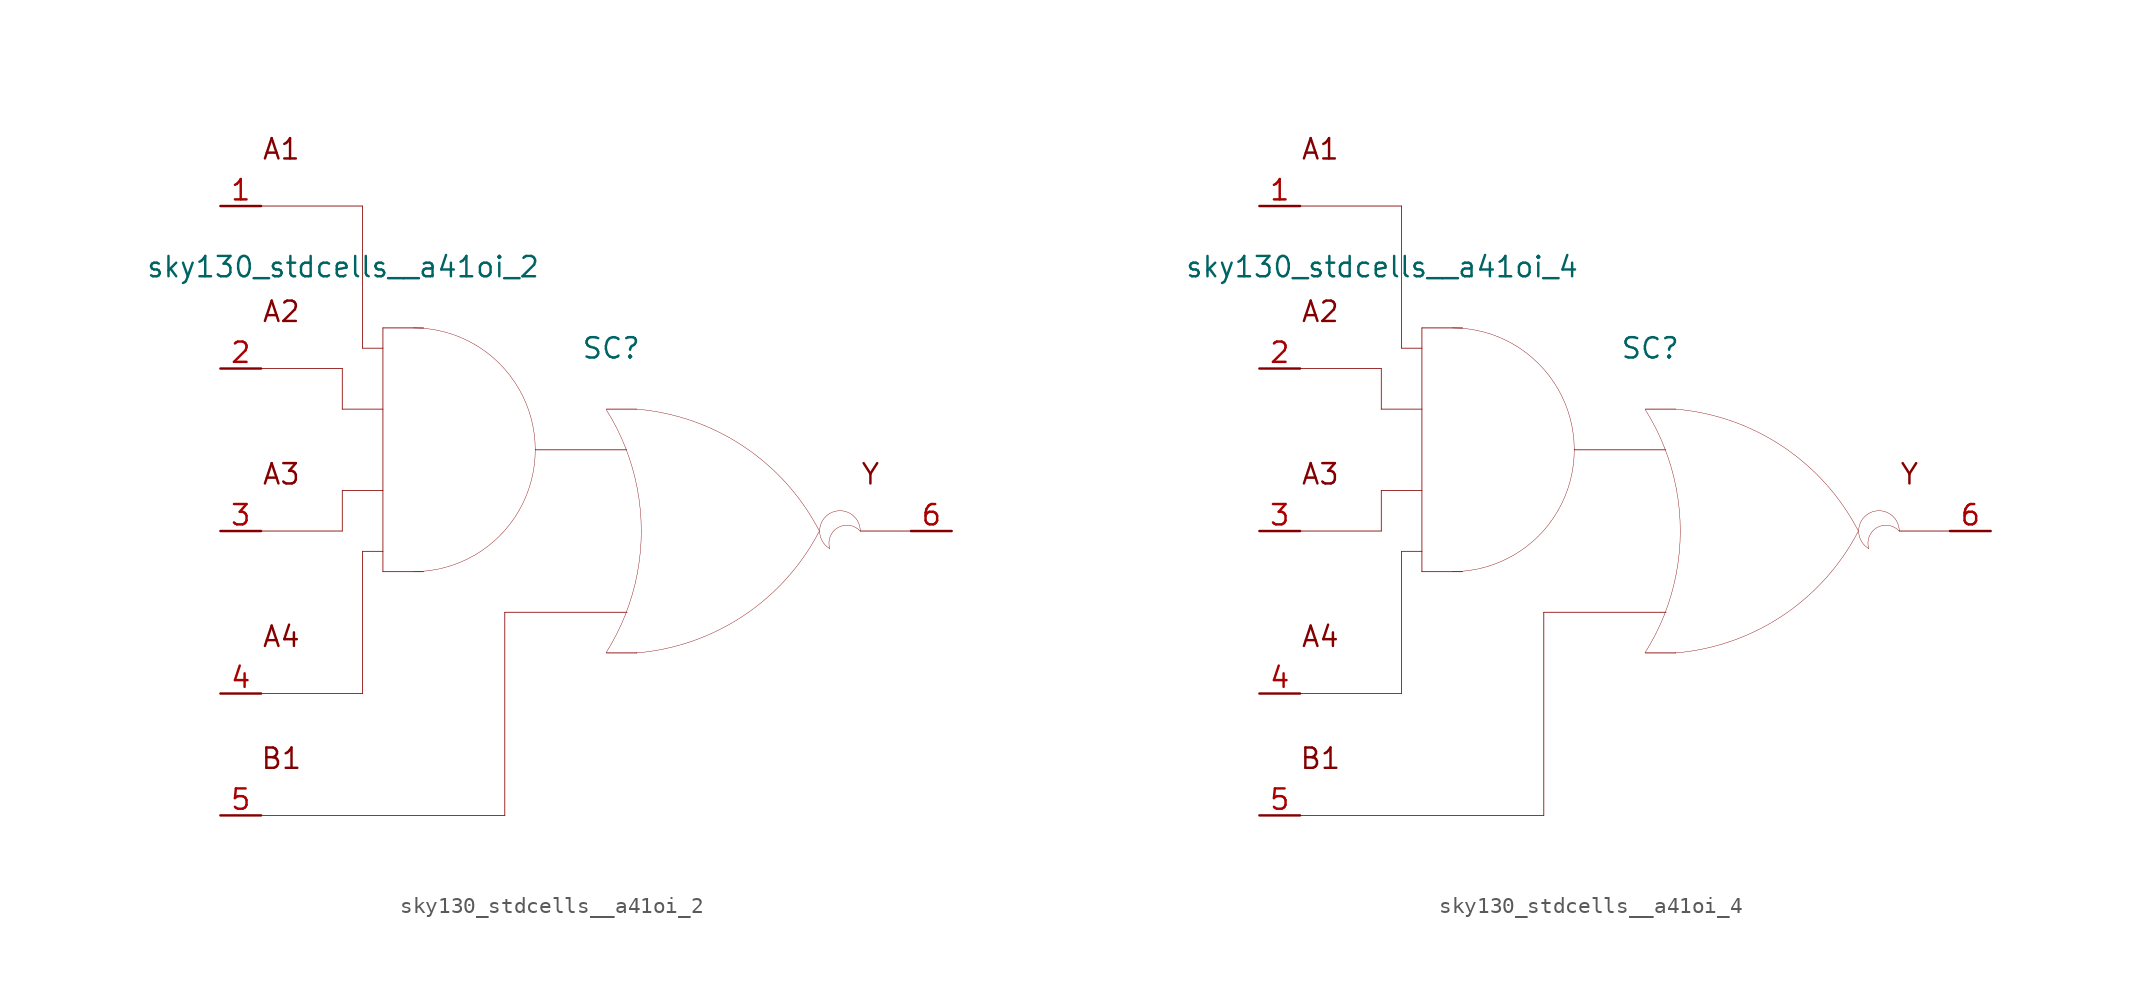
<source format=kicad_sym>
(kicad_symbol_lib
  (version 20211014)
  (generator kicad_symbol_editor)
  (symbol "sky130_stdcells__a41oi_2"
    (pin_names hide)
    (property "Reference" "SC"
      (at 1.575 11.43 0)
      (effects (font (size 1.27 1.27))))
    (property "Value" "sky130_stdcells__a41oi_2"
      (at -2.845 16.51 0)
      (effects (font (size 1.27 1.27)) (justify right)))
    (symbol "sky130_stdcells__a41oi_2_0_0"
      (arc (start -10.795 -2.54) (mid -8.8228 -2.2804) (end -6.985 -1.5191) (stroke (width 0.0254) (type default) (color 0 0 0 0)) (fill (type none)))
      (arc (start -6.985 -1.5191) (mid -5.4069 -0.3081) (end -4.1959 1.27) (stroke (width 0.0254) (type default) (color 0 0 0 0)) (fill (type none)))
      (arc (start -6.985 11.6791) (mid -8.8228 12.4403) (end -10.795 12.7) (stroke (width 0.0254) (type default) (color 0 0 0 0)) (fill (type none)))
      (arc (start -4.1959 1.27) (mid -3.4347 3.1078) (end -3.175 5.08) (stroke (width 0.0254) (type default) (color 0 0 0 0)) (fill (type none)))
      (arc (start -4.1959 8.89) (mid -5.4069 10.4681) (end -6.985 11.6791) (stroke (width 0.0254) (type default) (color 0 0 0 0)) (fill (type none)))
      (arc (start -3.175 5.08) (mid -3.4346 7.0522) (end -4.1959 8.89) (stroke (width 0.0254) (type default) (color 0 0 0 0)) (fill (type none)))
      (polyline (pts (xy -20.32 -17.78) (xy -5.08 -17.78)) (stroke (width 0.051) (type default) (color 0 0 0 0)) (fill (type none)))
      (polyline (pts (xy -20.32 -10.16) (xy -13.97 -10.16)) (stroke (width 0.051) (type default) (color 0 0 0 0)) (fill (type none)))
      (polyline (pts (xy -20.32 0) (xy -15.24 0)) (stroke (width 0.051) (type default) (color 0 0 0 0)) (fill (type none)))
      (polyline (pts (xy -20.32 10.16) (xy -15.24 10.16)) (stroke (width 0.051) (type default) (color 0 0 0 0)) (fill (type none)))
      (polyline (pts (xy -20.32 20.32) (xy -13.97 20.32)) (stroke (width 0.051) (type default) (color 0 0 0 0)) (fill (type none)))
      (polyline (pts (xy -15.24 2.54) (xy -15.24 0)) (stroke (width 0.051) (type default) (color 0 0 0 0)) (fill (type none)))
      (polyline (pts (xy -15.24 2.54) (xy -12.7 2.54)) (stroke (width 0.051) (type default) (color 0 0 0 0)) (fill (type none)))
      (polyline (pts (xy -15.24 7.62) (xy -12.7 7.62)) (stroke (width 0.051) (type default) (color 0 0 0 0)) (fill (type none)))
      (polyline (pts (xy -15.24 10.16) (xy -15.24 7.62)) (stroke (width 0.051) (type default) (color 0 0 0 0)) (fill (type none)))
      (polyline (pts (xy -13.97 -1.27) (xy -13.97 -10.16)) (stroke (width 0.051) (type default) (color 0 0 0 0)) (fill (type none)))
      (polyline (pts (xy -13.97 -1.27) (xy -12.7 -1.27)) (stroke (width 0.051) (type default) (color 0 0 0 0)) (fill (type none)))
      (polyline (pts (xy -13.97 11.43) (xy -12.7 11.43)) (stroke (width 0.051) (type default) (color 0 0 0 0)) (fill (type none)))
      (polyline (pts (xy -13.97 20.32) (xy -13.97 11.43)) (stroke (width 0.051) (type default) (color 0 0 0 0)) (fill (type none)))
      (polyline (pts (xy -12.7 -2.54) (xy -10.16 -2.54)) (stroke (width 0.051) (type default) (color 0 0 0 0)) (fill (type none)))
      (polyline (pts (xy -12.7 12.7) (xy -12.7 -2.54)) (stroke (width 0.051) (type default) (color 0 0 0 0)) (fill (type none)))
      (polyline (pts (xy -12.7 12.7) (xy -10.16 12.7)) (stroke (width 0.051) (type default) (color 0 0 0 0)) (fill (type none)))
      (polyline (pts (xy -5.08 -5.08) (xy -5.08 -17.78)) (stroke (width 0.051) (type default) (color 0 0 0 0)) (fill (type none)))
      (polyline (pts (xy -5.08 -5.08) (xy 2.565 -5.08)) (stroke (width 0.051) (type default) (color 0 0 0 0)) (fill (type none)))
      (polyline (pts (xy -3.175 5.08) (xy 2.54 5.08)) (stroke (width 0.051) (type default) (color 0 0 0 0)) (fill (type none)))
      (polyline (pts (xy 1.27 -7.62) (xy 3.175 -7.62)) (stroke (width 0.051) (type default) (color 0 0 0 0)) (fill (type none)))
      (polyline (pts (xy 1.27 7.62) (xy 3.175 7.62)) (stroke (width 0.051) (type default) (color 0 0 0 0)) (fill (type none)))
      (polyline (pts (xy 17.145 0) (xy 20.32 0)) (stroke (width 0.051) (type default) (color 0 0 0 0)) (fill (type none)))
      (arc (start 1.2495 -7.6142) (mid 1.907 -6.458) (end 2.4538 -5.2456) (stroke (width 0.0254) (type default) (color 0 0 0 0)) (fill (type none)))
      (arc (start 2.4538 -5.2456) (mid 2.8887 -3.9755) (end 3.202 -2.6701) (stroke (width 0.0254) (type default) (color 0 0 0 0)) (fill (type none)))
      (arc (start 2.472 5.1993) (mid 1.9238 6.4248) (end 1.2627 7.5932) (stroke (width 0.0254) (type default) (color 0 0 0 0)) (fill (type none)))
      (arc (start 3.1446 -7.6231) (mid 9.8386 -5.2986) (end 14.5755 -0.0284) (stroke (width 0.0254) (type default) (color 0 0 0 0)) (fill (type none)))
      (arc (start 3.202 -2.6701) (mid 3.3912 -1.341) (end 3.4544 0) (stroke (width 0.0254) (type default) (color 0 0 0 0)) (fill (type none)))
      (arc (start 3.2066 2.6456) (mid 2.8989 3.9396) (end 2.472 5.1993) (stroke (width 0.0254) (type default) (color 0 0 0 0)) (fill (type none)))
      (arc (start 3.4544 0) (mid 3.3923 1.3286) (end 3.2066 2.6456) (stroke (width 0.0254) (type default) (color 0 0 0 0)) (fill (type none)))
      (arc (start 14.5983 -0.0156) (mid 9.8798 5.271) (end 3.194 7.6189) (stroke (width 0.0254) (type default) (color 0 0 0 0)) (fill (type none)))
      (arc (start 15.24 1.0999) (mid 14.605 0) (end 15.24 -1.0999) (stroke (width 0.0254) (type default) (color 0 0 0 0)) (fill (type none)))
      (arc (start 17.145 0) (mid 15.2881 0.4743) (end 15.24 -1.0999) (stroke (width 0.0254) (type default) (color 0 0 0 0)) (fill (type none)))
      (arc (start 17.145 0) (mid 16.51 1.0998) (end 15.24 1.0999) (stroke (width 0.0254) (type default) (color 0 0 0 0)) (fill (type none)))
      (text "A1" (at -19.05 23.876 0) (effects (font (size 1.27 1.27))))
      (text "A2" (at -19.05 13.716 0) (effects (font (size 1.27 1.27))))
      (text "A3" (at -19.05 3.556 0) (effects (font (size 1.27 1.27))))
      (text "A4" (at -19.05 -6.604 0) (effects (font (size 1.27 1.27))))
      (text "B1" (at -19.05 -14.224 0) (effects (font (size 1.27 1.27))))
      (text "Y" (at 17.78 3.556 0) (effects (font (size 1.27 1.27)))))
    (symbol "sky130_stdcells__a41oi_2_1_1"
      (pin input line (at -22.86 20.32 0) (length 2.54) (name "A1" (effects (font (size 1.092 1.092)))) (number "1" (effects (font (size 1.27 1.27)))))
      (pin input line (at -22.86 10.16 0) (length 2.54) (name "A2" (effects (font (size 1.092 1.092)))) (number "2" (effects (font (size 1.27 1.27)))))
      (pin input line (at -22.86 0 0) (length 2.54) (name "A3" (effects (font (size 1.092 1.092)))) (number "3" (effects (font (size 1.27 1.27)))))
      (pin input line (at -22.86 -10.16 0) (length 2.54) (name "A4" (effects (font (size 1.092 1.092)))) (number "4" (effects (font (size 1.27 1.27)))))
      (pin input line (at -22.86 -17.78 0) (length 2.54) (name "B1" (effects (font (size 1.092 1.092)))) (number "5" (effects (font (size 1.27 1.27)))))
      (pin output line (at 22.86 0 180) (length 2.54) (name "Y" (effects (font (size 1.092 1.092)))) (number "6" (effects (font (size 1.27 1.27)))))))
  (symbol "sky130_stdcells__a41oi_4"
    (pin_names hide)
    (property "Reference" "SC"
      (at 1.575 11.43 0)
      (effects (font (size 1.27 1.27))))
    (property "Value" "sky130_stdcells__a41oi_4"
      (at -2.845 16.51 0)
      (effects (font (size 1.27 1.27)) (justify right)))
    (symbol "sky130_stdcells__a41oi_4_0_0"
      (arc (start -10.795 -2.54) (mid -8.8228 -2.2804) (end -6.985 -1.5191) (stroke (width 0.0254) (type default) (color 0 0 0 0)) (fill (type none)))
      (arc (start -6.985 -1.5191) (mid -5.4069 -0.3081) (end -4.1959 1.27) (stroke (width 0.0254) (type default) (color 0 0 0 0)) (fill (type none)))
      (arc (start -6.985 11.6791) (mid -8.8228 12.4403) (end -10.795 12.7) (stroke (width 0.0254) (type default) (color 0 0 0 0)) (fill (type none)))
      (arc (start -4.1959 1.27) (mid -3.4347 3.1078) (end -3.175 5.08) (stroke (width 0.0254) (type default) (color 0 0 0 0)) (fill (type none)))
      (arc (start -4.1959 8.89) (mid -5.4069 10.4681) (end -6.985 11.6791) (stroke (width 0.0254) (type default) (color 0 0 0 0)) (fill (type none)))
      (arc (start -3.175 5.08) (mid -3.4346 7.0522) (end -4.1959 8.89) (stroke (width 0.0254) (type default) (color 0 0 0 0)) (fill (type none)))
      (polyline (pts (xy -20.32 -17.78) (xy -5.08 -17.78)) (stroke (width 0.051) (type default) (color 0 0 0 0)) (fill (type none)))
      (polyline (pts (xy -20.32 -10.16) (xy -13.97 -10.16)) (stroke (width 0.051) (type default) (color 0 0 0 0)) (fill (type none)))
      (polyline (pts (xy -20.32 0) (xy -15.24 0)) (stroke (width 0.051) (type default) (color 0 0 0 0)) (fill (type none)))
      (polyline (pts (xy -20.32 10.16) (xy -15.24 10.16)) (stroke (width 0.051) (type default) (color 0 0 0 0)) (fill (type none)))
      (polyline (pts (xy -20.32 20.32) (xy -13.97 20.32)) (stroke (width 0.051) (type default) (color 0 0 0 0)) (fill (type none)))
      (polyline (pts (xy -15.24 2.54) (xy -15.24 0)) (stroke (width 0.051) (type default) (color 0 0 0 0)) (fill (type none)))
      (polyline (pts (xy -15.24 2.54) (xy -12.7 2.54)) (stroke (width 0.051) (type default) (color 0 0 0 0)) (fill (type none)))
      (polyline (pts (xy -15.24 7.62) (xy -12.7 7.62)) (stroke (width 0.051) (type default) (color 0 0 0 0)) (fill (type none)))
      (polyline (pts (xy -15.24 10.16) (xy -15.24 7.62)) (stroke (width 0.051) (type default) (color 0 0 0 0)) (fill (type none)))
      (polyline (pts (xy -13.97 -1.27) (xy -13.97 -10.16)) (stroke (width 0.051) (type default) (color 0 0 0 0)) (fill (type none)))
      (polyline (pts (xy -13.97 -1.27) (xy -12.7 -1.27)) (stroke (width 0.051) (type default) (color 0 0 0 0)) (fill (type none)))
      (polyline (pts (xy -13.97 11.43) (xy -12.7 11.43)) (stroke (width 0.051) (type default) (color 0 0 0 0)) (fill (type none)))
      (polyline (pts (xy -13.97 20.32) (xy -13.97 11.43)) (stroke (width 0.051) (type default) (color 0 0 0 0)) (fill (type none)))
      (polyline (pts (xy -12.7 -2.54) (xy -10.16 -2.54)) (stroke (width 0.051) (type default) (color 0 0 0 0)) (fill (type none)))
      (polyline (pts (xy -12.7 12.7) (xy -12.7 -2.54)) (stroke (width 0.051) (type default) (color 0 0 0 0)) (fill (type none)))
      (polyline (pts (xy -12.7 12.7) (xy -10.16 12.7)) (stroke (width 0.051) (type default) (color 0 0 0 0)) (fill (type none)))
      (polyline (pts (xy -5.08 -5.08) (xy -5.08 -17.78)) (stroke (width 0.051) (type default) (color 0 0 0 0)) (fill (type none)))
      (polyline (pts (xy -5.08 -5.08) (xy 2.565 -5.08)) (stroke (width 0.051) (type default) (color 0 0 0 0)) (fill (type none)))
      (polyline (pts (xy -3.175 5.08) (xy 2.54 5.08)) (stroke (width 0.051) (type default) (color 0 0 0 0)) (fill (type none)))
      (polyline (pts (xy 1.27 -7.62) (xy 3.175 -7.62)) (stroke (width 0.051) (type default) (color 0 0 0 0)) (fill (type none)))
      (polyline (pts (xy 1.27 7.62) (xy 3.175 7.62)) (stroke (width 0.051) (type default) (color 0 0 0 0)) (fill (type none)))
      (polyline (pts (xy 17.145 0) (xy 20.32 0)) (stroke (width 0.051) (type default) (color 0 0 0 0)) (fill (type none)))
      (arc (start 1.2495 -7.6142) (mid 1.907 -6.458) (end 2.4538 -5.2456) (stroke (width 0.0254) (type default) (color 0 0 0 0)) (fill (type none)))
      (arc (start 2.4538 -5.2456) (mid 2.8887 -3.9755) (end 3.202 -2.6701) (stroke (width 0.0254) (type default) (color 0 0 0 0)) (fill (type none)))
      (arc (start 2.472 5.1993) (mid 1.9238 6.4248) (end 1.2627 7.5932) (stroke (width 0.0254) (type default) (color 0 0 0 0)) (fill (type none)))
      (arc (start 3.1446 -7.6231) (mid 9.8386 -5.2986) (end 14.5755 -0.0284) (stroke (width 0.0254) (type default) (color 0 0 0 0)) (fill (type none)))
      (arc (start 3.202 -2.6701) (mid 3.3912 -1.341) (end 3.4544 0) (stroke (width 0.0254) (type default) (color 0 0 0 0)) (fill (type none)))
      (arc (start 3.2066 2.6456) (mid 2.8989 3.9396) (end 2.472 5.1993) (stroke (width 0.0254) (type default) (color 0 0 0 0)) (fill (type none)))
      (arc (start 3.4544 0) (mid 3.3923 1.3286) (end 3.2066 2.6456) (stroke (width 0.0254) (type default) (color 0 0 0 0)) (fill (type none)))
      (arc (start 14.5983 -0.0156) (mid 9.8798 5.271) (end 3.194 7.6189) (stroke (width 0.0254) (type default) (color 0 0 0 0)) (fill (type none)))
      (arc (start 15.24 1.0999) (mid 14.605 0) (end 15.24 -1.0999) (stroke (width 0.0254) (type default) (color 0 0 0 0)) (fill (type none)))
      (arc (start 17.145 0) (mid 15.2881 0.4743) (end 15.24 -1.0999) (stroke (width 0.0254) (type default) (color 0 0 0 0)) (fill (type none)))
      (arc (start 17.145 0) (mid 16.51 1.0998) (end 15.24 1.0999) (stroke (width 0.0254) (type default) (color 0 0 0 0)) (fill (type none)))
      (text "A1" (at -19.05 23.876 0) (effects (font (size 1.27 1.27))))
      (text "A2" (at -19.05 13.716 0) (effects (font (size 1.27 1.27))))
      (text "A3" (at -19.05 3.556 0) (effects (font (size 1.27 1.27))))
      (text "A4" (at -19.05 -6.604 0) (effects (font (size 1.27 1.27))))
      (text "B1" (at -19.05 -14.224 0) (effects (font (size 1.27 1.27))))
      (text "Y" (at 17.78 3.556 0) (effects (font (size 1.27 1.27)))))
    (symbol "sky130_stdcells__a41oi_4_1_1"
      (pin input line (at -22.86 20.32 0) (length 2.54) (name "A1" (effects (font (size 1.092 1.092)))) (number "1" (effects (font (size 1.27 1.27)))))
      (pin input line (at -22.86 10.16 0) (length 2.54) (name "A2" (effects (font (size 1.092 1.092)))) (number "2" (effects (font (size 1.27 1.27)))))
      (pin input line (at -22.86 0 0) (length 2.54) (name "A3" (effects (font (size 1.092 1.092)))) (number "3" (effects (font (size 1.27 1.27)))))
      (pin input line (at -22.86 -10.16 0) (length 2.54) (name "A4" (effects (font (size 1.092 1.092)))) (number "4" (effects (font (size 1.27 1.27)))))
      (pin input line (at -22.86 -17.78 0) (length 2.54) (name "B1" (effects (font (size 1.092 1.092)))) (number "5" (effects (font (size 1.27 1.27)))))
      (pin output line (at 22.86 0 180) (length 2.54) (name "Y" (effects (font (size 1.092 1.092)))) (number "6" (effects (font (size 1.27 1.27))))))))
</source>
